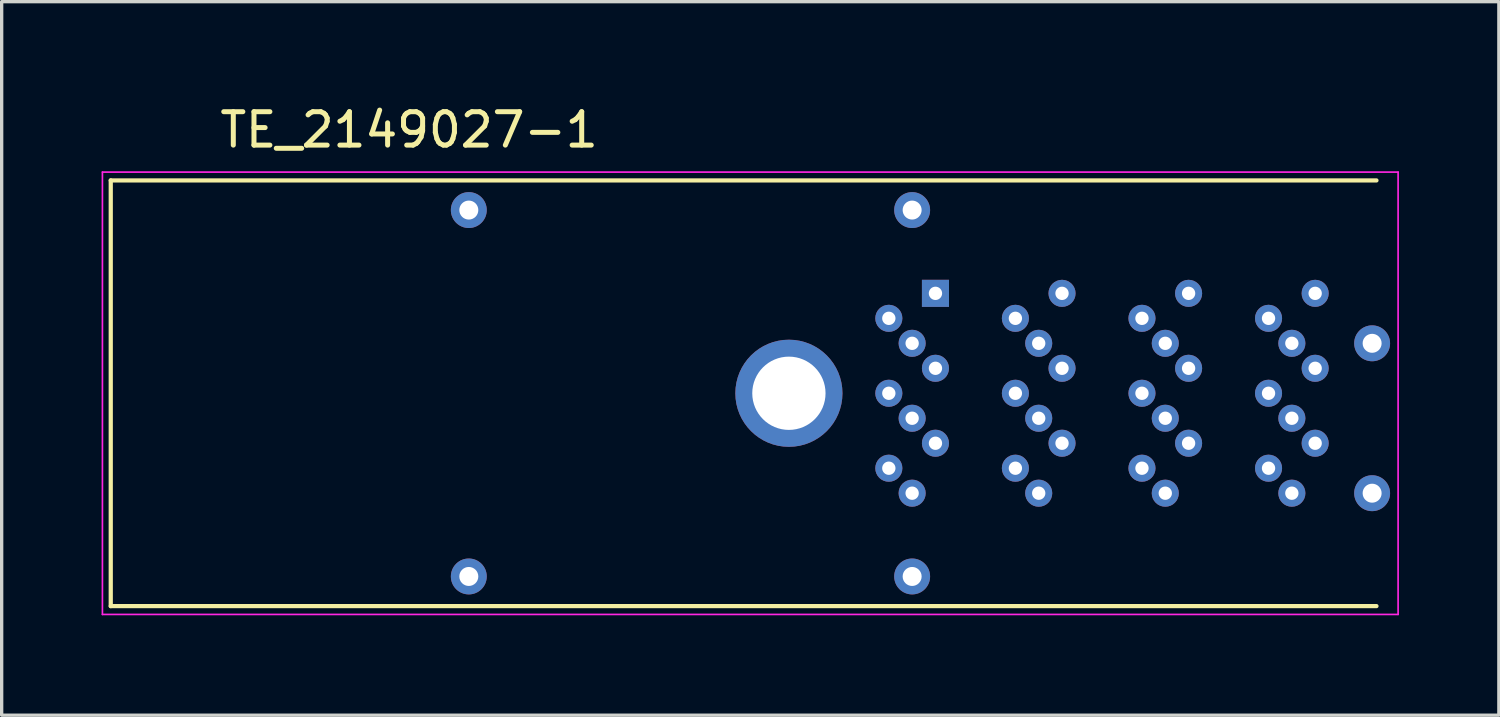
<source format=kicad_pcb>
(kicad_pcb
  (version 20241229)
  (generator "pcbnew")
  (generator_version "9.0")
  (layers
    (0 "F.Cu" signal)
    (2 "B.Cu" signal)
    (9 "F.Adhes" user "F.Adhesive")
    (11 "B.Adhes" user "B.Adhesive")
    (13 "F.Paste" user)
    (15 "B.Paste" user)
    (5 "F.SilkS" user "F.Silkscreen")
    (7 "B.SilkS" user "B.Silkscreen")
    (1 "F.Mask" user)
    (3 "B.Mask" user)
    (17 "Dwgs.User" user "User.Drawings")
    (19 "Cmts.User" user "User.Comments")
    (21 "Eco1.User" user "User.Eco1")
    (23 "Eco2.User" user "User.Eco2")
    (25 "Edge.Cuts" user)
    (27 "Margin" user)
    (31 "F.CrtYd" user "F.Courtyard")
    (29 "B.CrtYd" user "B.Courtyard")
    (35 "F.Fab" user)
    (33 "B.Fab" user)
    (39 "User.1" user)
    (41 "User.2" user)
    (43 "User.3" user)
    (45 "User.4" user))
  (footprint "TE_2149027-1"
    (layer "F.Cu")
    (at 19.275 8.757)
    (property "Reference" "TE_2149027-1" (at -10.043 -7.907 0) (layer "F.SilkS") (effects (font (size 1.003 1.003) (thickness 0.15))))
    (attr through_hole)
    (fp_line (start -19 -6.39) (end -19 6.39) (stroke (width 0.127) (type solid)) (layer "F.SilkS"))
    (fp_line (start -19 6.39) (end 19 6.39) (stroke (width 0.127) (type solid)) (layer "F.SilkS"))
    (fp_line (start 19 -6.39) (end -19 -6.39) (stroke (width 0.127) (type solid)) (layer "F.SilkS"))
    (fp_line (start -19.25 -6.64) (end 19.65 -6.64) (stroke (width 0.05) (type solid)) (layer "F.CrtYd"))
    (fp_line (start -19.25 6.64) (end -19.25 -6.64) (stroke (width 0.05) (type solid)) (layer "F.CrtYd"))
    (fp_line (start 19.65 -6.64) (end 19.65 6.64) (stroke (width 0.05) (type solid)) (layer "F.CrtYd"))
    (fp_line (start 19.65 6.64) (end -19.25 6.64) (stroke (width 0.05) (type solid)) (layer "F.CrtYd"))
    (pad "1" thru_hole circle (at -8.25 -5.5) (size 1.078 1.078) (drill 0.57) (layers "*.Cu" "*.Mask"))
    (pad "2" thru_hole circle (at -8.25 5.5) (size 1.078 1.078) (drill 0.57) (layers "*.Cu" "*.Mask"))
    (pad "3" thru_hole circle (at 5.06 -5.5) (size 1.078 1.078) (drill 0.57) (layers "*.Cu" "*.Mask"))
    (pad "4" thru_hole circle (at 5.06 5.5) (size 1.078 1.078) (drill 0.57) (layers "*.Cu" "*.Mask"))
    (pad "5" thru_hole circle (at 18.87 -1.5) (size 1.078 1.078) (drill 0.57) (layers "*.Cu" "*.Mask"))
    (pad "6" thru_hole circle (at 18.87 3) (size 1.078 1.078) (drill 0.57) (layers "*.Cu" "*.Mask"))
    (pad "7" thru_hole circle (at 1.36 0) (size 3.216 3.216) (drill 2.2) (layers "*.Cu" "*.Mask"))
    (pad "A1" thru_hole rect (at 5.76 -3) (size 0.813 0.813) (drill 0.4) (layers "*.Cu" "*.Mask"))
    (pad "A2" thru_hole circle (at 4.36 -2.25) (size 0.813 0.813) (drill 0.4) (layers "*.Cu" "*.Mask"))
    (pad "A3" thru_hole circle (at 5.06 -1.5) (size 0.813 0.813) (drill 0.4) (layers "*.Cu" "*.Mask"))
    (pad "A4" thru_hole circle (at 5.76 -0.75) (size 0.813 0.813) (drill 0.4) (layers "*.Cu" "*.Mask"))
    (pad "A5" thru_hole circle (at 4.36 0) (size 0.813 0.813) (drill 0.4) (layers "*.Cu" "*.Mask"))
    (pad "A6" thru_hole circle (at 5.06 0.75) (size 0.813 0.813) (drill 0.4) (layers "*.Cu" "*.Mask"))
    (pad "A7" thru_hole circle (at 5.76 1.5) (size 0.813 0.813) (drill 0.4) (layers "*.Cu" "*.Mask"))
    (pad "A8" thru_hole circle (at 4.36 2.25) (size 0.813 0.813) (drill 0.4) (layers "*.Cu" "*.Mask"))
    (pad "A9" thru_hole circle (at 5.06 3) (size 0.813 0.813) (drill 0.4) (layers "*.Cu" "*.Mask"))
    (pad "B1" thru_hole circle (at 9.56 -3) (size 0.813 0.813) (drill 0.4) (layers "*.Cu" "*.Mask"))
    (pad "B2" thru_hole circle (at 8.16 -2.25) (size 0.813 0.813) (drill 0.4) (layers "*.Cu" "*.Mask"))
    (pad "B3" thru_hole circle (at 8.86 -1.5) (size 0.813 0.813) (drill 0.4) (layers "*.Cu" "*.Mask"))
    (pad "B4" thru_hole circle (at 9.56 -0.75) (size 0.813 0.813) (drill 0.4) (layers "*.Cu" "*.Mask"))
    (pad "B5" thru_hole circle (at 8.16 0) (size 0.813 0.813) (drill 0.4) (layers "*.Cu" "*.Mask"))
    (pad "B6" thru_hole circle (at 8.86 0.75) (size 0.813 0.813) (drill 0.4) (layers "*.Cu" "*.Mask"))
    (pad "B7" thru_hole circle (at 9.56 1.5) (size 0.813 0.813) (drill 0.4) (layers "*.Cu" "*.Mask"))
    (pad "B8" thru_hole circle (at 8.16 2.25) (size 0.813 0.813) (drill 0.4) (layers "*.Cu" "*.Mask"))
    (pad "B9" thru_hole circle (at 8.86 3) (size 0.813 0.813) (drill 0.4) (layers "*.Cu" "*.Mask"))
    (pad "C1" thru_hole circle (at 13.36 -3) (size 0.813 0.813) (drill 0.4) (layers "*.Cu" "*.Mask"))
    (pad "C2" thru_hole circle (at 11.96 -2.25) (size 0.813 0.813) (drill 0.4) (layers "*.Cu" "*.Mask"))
    (pad "C3" thru_hole circle (at 12.66 -1.5) (size 0.813 0.813) (drill 0.4) (layers "*.Cu" "*.Mask"))
    (pad "C4" thru_hole circle (at 13.36 -0.75) (size 0.813 0.813) (drill 0.4) (layers "*.Cu" "*.Mask"))
    (pad "C5" thru_hole circle (at 11.96 0) (size 0.813 0.813) (drill 0.4) (layers "*.Cu" "*.Mask"))
    (pad "C6" thru_hole circle (at 12.66 0.75) (size 0.813 0.813) (drill 0.4) (layers "*.Cu" "*.Mask"))
    (pad "C7" thru_hole circle (at 13.36 1.5) (size 0.813 0.813) (drill 0.4) (layers "*.Cu" "*.Mask"))
    (pad "C8" thru_hole circle (at 11.96 2.25) (size 0.813 0.813) (drill 0.4) (layers "*.Cu" "*.Mask"))
    (pad "C9" thru_hole circle (at 12.66 3) (size 0.813 0.813) (drill 0.4) (layers "*.Cu" "*.Mask"))
    (pad "D1" thru_hole circle (at 17.16 -3) (size 0.813 0.813) (drill 0.4) (layers "*.Cu" "*.Mask"))
    (pad "D2" thru_hole circle (at 15.76 -2.25) (size 0.813 0.813) (drill 0.4) (layers "*.Cu" "*.Mask"))
    (pad "D3" thru_hole circle (at 16.46 -1.5) (size 0.813 0.813) (drill 0.4) (layers "*.Cu" "*.Mask"))
    (pad "D4" thru_hole circle (at 17.16 -0.75) (size 0.813 0.813) (drill 0.4) (layers "*.Cu" "*.Mask"))
    (pad "D5" thru_hole circle (at 15.76 0) (size 0.813 0.813) (drill 0.4) (layers "*.Cu" "*.Mask"))
    (pad "D6" thru_hole circle (at 16.46 0.75) (size 0.813 0.813) (drill 0.4) (layers "*.Cu" "*.Mask"))
    (pad "D7" thru_hole circle (at 17.16 1.5) (size 0.813 0.813) (drill 0.4) (layers "*.Cu" "*.Mask"))
    (pad "D8" thru_hole circle (at 15.76 2.25) (size 0.813 0.813) (drill 0.4) (layers "*.Cu" "*.Mask"))
    (pad "D9" thru_hole circle (at 16.46 3) (size 0.813 0.813) (drill 0.4) (layers "*.Cu" "*.Mask")))
  (gr_rect
    (start -3 -3)
    (end 41.95 18.422)
    (stroke (width 0.1) (type default))
    (fill no)
    (layer "Edge.Cuts")))
</source>
